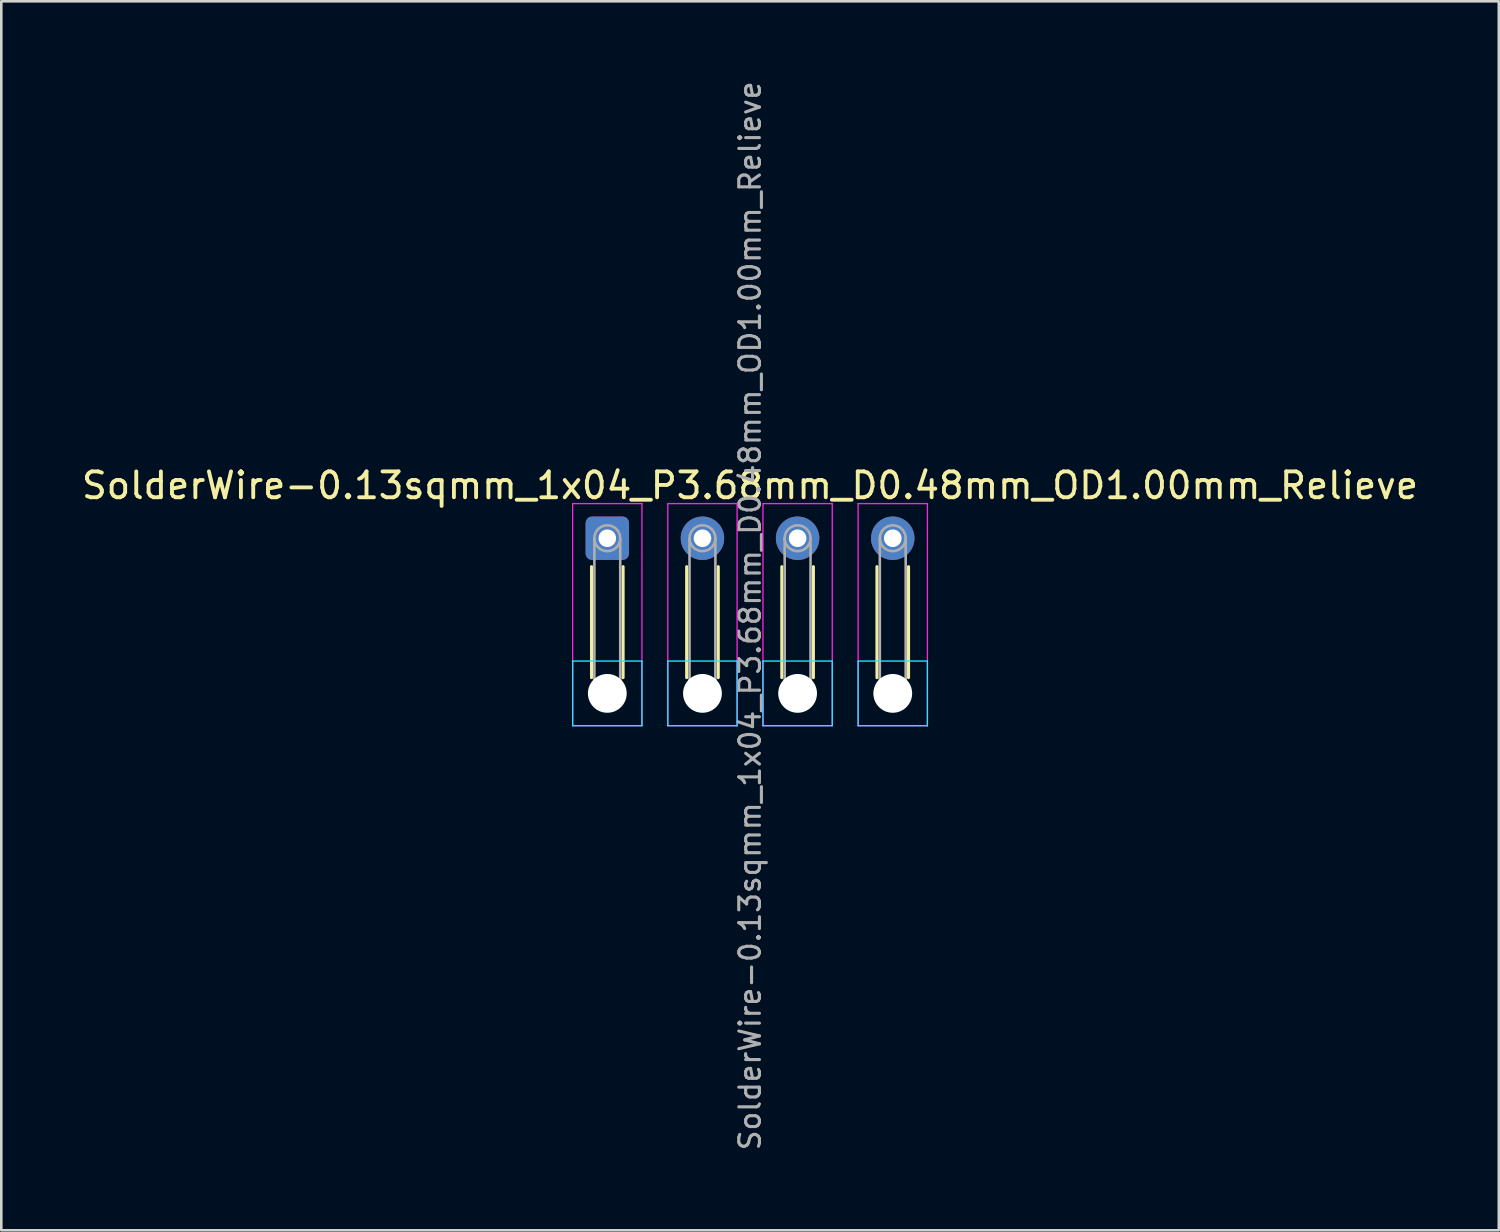
<source format=kicad_pcb>
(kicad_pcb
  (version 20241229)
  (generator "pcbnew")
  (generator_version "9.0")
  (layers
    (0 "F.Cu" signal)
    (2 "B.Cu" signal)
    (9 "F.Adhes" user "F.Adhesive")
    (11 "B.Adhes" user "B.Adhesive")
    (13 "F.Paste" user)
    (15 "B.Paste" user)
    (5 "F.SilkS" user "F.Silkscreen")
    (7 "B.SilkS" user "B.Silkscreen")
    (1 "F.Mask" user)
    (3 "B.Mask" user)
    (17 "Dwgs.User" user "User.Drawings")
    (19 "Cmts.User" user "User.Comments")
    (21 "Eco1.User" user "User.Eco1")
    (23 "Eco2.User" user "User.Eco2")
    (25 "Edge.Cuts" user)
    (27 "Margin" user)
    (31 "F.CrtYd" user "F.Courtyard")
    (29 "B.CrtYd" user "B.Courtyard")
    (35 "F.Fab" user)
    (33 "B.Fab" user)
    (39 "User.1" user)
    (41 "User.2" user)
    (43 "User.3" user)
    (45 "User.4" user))
  (footprint "SolderWire-0.13sqmm_1x04_P3.68mm_D0.48mm_OD1.00mm_Relieve"
    (layer "F.Cu")
    (at 20.438 17.767)
    (property "Reference" "SolderWire-0.13sqmm_1x04_P3.68mm_D0.48mm_OD1.00mm_Relieve" (at 5.52 -2.04 0) (layer "F.SilkS") (effects (font (size 1 1) (thickness 0.15))))
    (attr exclude_from_pos_files exclude_from_bom)
    (fp_line (start -0.61 1.1) (end -0.61 5.39) (stroke (width 0.12) (type solid)) (layer "F.SilkS"))
    (fp_line (start 0.61 1.1) (end 0.61 5.39) (stroke (width 0.12) (type solid)) (layer "F.SilkS"))
    (fp_line (start 3.07 1.1) (end 3.07 5.39) (stroke (width 0.12) (type solid)) (layer "F.SilkS"))
    (fp_line (start 4.29 1.1) (end 4.29 5.39) (stroke (width 0.12) (type solid)) (layer "F.SilkS"))
    (fp_line (start 6.75 1.1) (end 6.75 5.39) (stroke (width 0.12) (type solid)) (layer "F.SilkS"))
    (fp_line (start 7.97 1.1) (end 7.97 5.39) (stroke (width 0.12) (type solid)) (layer "F.SilkS"))
    (fp_line (start 10.43 1.1) (end 10.43 5.39) (stroke (width 0.12) (type solid)) (layer "F.SilkS"))
    (fp_line (start 11.65 1.1) (end 11.65 5.39) (stroke (width 0.12) (type solid)) (layer "F.SilkS"))
    (fp_line (start -1.34 4.75) (end -1.34 7.25) (stroke (width 0.05) (type solid)) (layer "B.CrtYd"))
    (fp_line (start -1.34 7.25) (end 1.34 7.25) (stroke (width 0.05) (type solid)) (layer "B.CrtYd"))
    (fp_line (start 1.34 4.75) (end -1.34 4.75) (stroke (width 0.05) (type solid)) (layer "B.CrtYd"))
    (fp_line (start 1.34 7.25) (end 1.34 4.75) (stroke (width 0.05) (type solid)) (layer "B.CrtYd"))
    (fp_line (start 2.34 4.75) (end 2.34 7.25) (stroke (width 0.05) (type solid)) (layer "B.CrtYd"))
    (fp_line (start 2.34 7.25) (end 5.02 7.25) (stroke (width 0.05) (type solid)) (layer "B.CrtYd"))
    (fp_line (start 5.02 4.75) (end 2.34 4.75) (stroke (width 0.05) (type solid)) (layer "B.CrtYd"))
    (fp_line (start 5.02 7.25) (end 5.02 4.75) (stroke (width 0.05) (type solid)) (layer "B.CrtYd"))
    (fp_line (start 6.02 4.75) (end 6.02 7.25) (stroke (width 0.05) (type solid)) (layer "B.CrtYd"))
    (fp_line (start 6.02 7.25) (end 8.7 7.25) (stroke (width 0.05) (type solid)) (layer "B.CrtYd"))
    (fp_line (start 8.7 4.75) (end 6.02 4.75) (stroke (width 0.05) (type solid)) (layer "B.CrtYd"))
    (fp_line (start 8.7 7.25) (end 8.7 4.75) (stroke (width 0.05) (type solid)) (layer "B.CrtYd"))
    (fp_line (start 9.7 4.75) (end 9.7 7.25) (stroke (width 0.05) (type solid)) (layer "B.CrtYd"))
    (fp_line (start 9.7 7.25) (end 12.38 7.25) (stroke (width 0.05) (type solid)) (layer "B.CrtYd"))
    (fp_line (start 12.38 4.75) (end 9.7 4.75) (stroke (width 0.05) (type solid)) (layer "B.CrtYd"))
    (fp_line (start 12.38 7.25) (end 12.38 4.75) (stroke (width 0.05) (type solid)) (layer "B.CrtYd"))
    (fp_line (start -1.34 -1.34) (end -1.34 7.25) (stroke (width 0.05) (type solid)) (layer "F.CrtYd"))
    (fp_line (start -1.34 7.25) (end 1.34 7.25) (stroke (width 0.05) (type solid)) (layer "F.CrtYd"))
    (fp_line (start 1.34 -1.34) (end -1.34 -1.34) (stroke (width 0.05) (type solid)) (layer "F.CrtYd"))
    (fp_line (start 1.34 7.25) (end 1.34 -1.34) (stroke (width 0.05) (type solid)) (layer "F.CrtYd"))
    (fp_line (start 2.34 -1.34) (end 2.34 7.25) (stroke (width 0.05) (type solid)) (layer "F.CrtYd"))
    (fp_line (start 2.34 7.25) (end 5.02 7.25) (stroke (width 0.05) (type solid)) (layer "F.CrtYd"))
    (fp_line (start 5.02 -1.34) (end 2.34 -1.34) (stroke (width 0.05) (type solid)) (layer "F.CrtYd"))
    (fp_line (start 5.02 7.25) (end 5.02 -1.34) (stroke (width 0.05) (type solid)) (layer "F.CrtYd"))
    (fp_line (start 6.02 -1.34) (end 6.02 7.25) (stroke (width 0.05) (type solid)) (layer "F.CrtYd"))
    (fp_line (start 6.02 7.25) (end 8.7 7.25) (stroke (width 0.05) (type solid)) (layer "F.CrtYd"))
    (fp_line (start 8.7 -1.34) (end 6.02 -1.34) (stroke (width 0.05) (type solid)) (layer "F.CrtYd"))
    (fp_line (start 8.7 7.25) (end 8.7 -1.34) (stroke (width 0.05) (type solid)) (layer "F.CrtYd"))
    (fp_line (start 9.7 -1.34) (end 9.7 7.25) (stroke (width 0.05) (type solid)) (layer "F.CrtYd"))
    (fp_line (start 9.7 7.25) (end 12.38 7.25) (stroke (width 0.05) (type solid)) (layer "F.CrtYd"))
    (fp_line (start 12.38 -1.34) (end 9.7 -1.34) (stroke (width 0.05) (type solid)) (layer "F.CrtYd"))
    (fp_line (start 12.38 7.25) (end 12.38 -1.34) (stroke (width 0.05) (type solid)) (layer "F.CrtYd"))
    (fp_line (start -0.5 0) (end -0.5 6) (stroke (width 0.1) (type solid)) (layer "F.Fab"))
    (fp_line (start 0.5 0) (end 0.5 6) (stroke (width 0.1) (type solid)) (layer "F.Fab"))
    (fp_line (start 3.18 0) (end 3.18 6) (stroke (width 0.1) (type solid)) (layer "F.Fab"))
    (fp_line (start 4.18 0) (end 4.18 6) (stroke (width 0.1) (type solid)) (layer "F.Fab"))
    (fp_line (start 6.86 0) (end 6.86 6) (stroke (width 0.1) (type solid)) (layer "F.Fab"))
    (fp_line (start 7.86 0) (end 7.86 6) (stroke (width 0.1) (type solid)) (layer "F.Fab"))
    (fp_line (start 10.54 0) (end 10.54 6) (stroke (width 0.1) (type solid)) (layer "F.Fab"))
    (fp_line (start 11.54 0) (end 11.54 6) (stroke (width 0.1) (type solid)) (layer "F.Fab"))
    (fp_circle (center 0 0) (end 0.5 0) (stroke (width 0.1) (type solid)) (fill no) (layer "F.Fab"))
    (fp_circle (center 0 6) (end 0.5 6) (stroke (width 0.1) (type solid)) (fill no) (layer "F.Fab"))
    (fp_circle (center 3.68 0) (end 4.18 0) (stroke (width 0.1) (type solid)) (fill no) (layer "F.Fab"))
    (fp_circle (center 3.68 6) (end 4.18 6) (stroke (width 0.1) (type solid)) (fill no) (layer "F.Fab"))
    (fp_circle (center 7.36 0) (end 7.86 0) (stroke (width 0.1) (type solid)) (fill no) (layer "F.Fab"))
    (fp_circle (center 7.36 6) (end 7.86 6) (stroke (width 0.1) (type solid)) (fill no) (layer "F.Fab"))
    (fp_circle (center 11.04 0) (end 11.54 0) (stroke (width 0.1) (type solid)) (fill no) (layer "F.Fab"))
    (fp_circle (center 11.04 6) (end 11.54 6) (stroke (width 0.1) (type solid)) (fill no) (layer "F.Fab"))
    (fp_text user "${REFERENCE}" (at 5.52 3 90) (layer "F.Fab") (effects (font (size 0.8 0.8) (thickness 0.12))))
    (pad "" np_thru_hole circle (at 0 6) (size 1.5 1.5) (drill 1.5) (layers "*.Cu" "*.Mask"))
    (pad "" np_thru_hole circle (at 3.68 6) (size 1.5 1.5) (drill 1.5) (layers "*.Cu" "*.Mask"))
    (pad "" np_thru_hole circle (at 7.36 6) (size 1.5 1.5) (drill 1.5) (layers "*.Cu" "*.Mask"))
    (pad "" np_thru_hole circle (at 11.04 6) (size 1.5 1.5) (drill 1.5) (layers "*.Cu" "*.Mask"))
    (pad "1" thru_hole roundrect (at 0 0) (size 1.68 1.68) (drill 0.68) (layers "*.Cu" "*.Mask") (roundrect_rratio 0.149))
    (pad "2" thru_hole circle (at 3.68 0) (size 1.68 1.68) (drill 0.68) (layers "*.Cu" "*.Mask"))
    (pad "3" thru_hole circle (at 7.36 0) (size 1.68 1.68) (drill 0.68) (layers "*.Cu" "*.Mask"))
    (pad "4" thru_hole circle (at 11.04 0) (size 1.68 1.68) (drill 0.68) (layers "*.Cu" "*.Mask")))
  (gr_rect
    (start -3 -3)
    (end 54.917 44.533)
    (stroke (width 0.1) (type default))
    (fill no)
    (layer "Edge.Cuts")))
</source>
